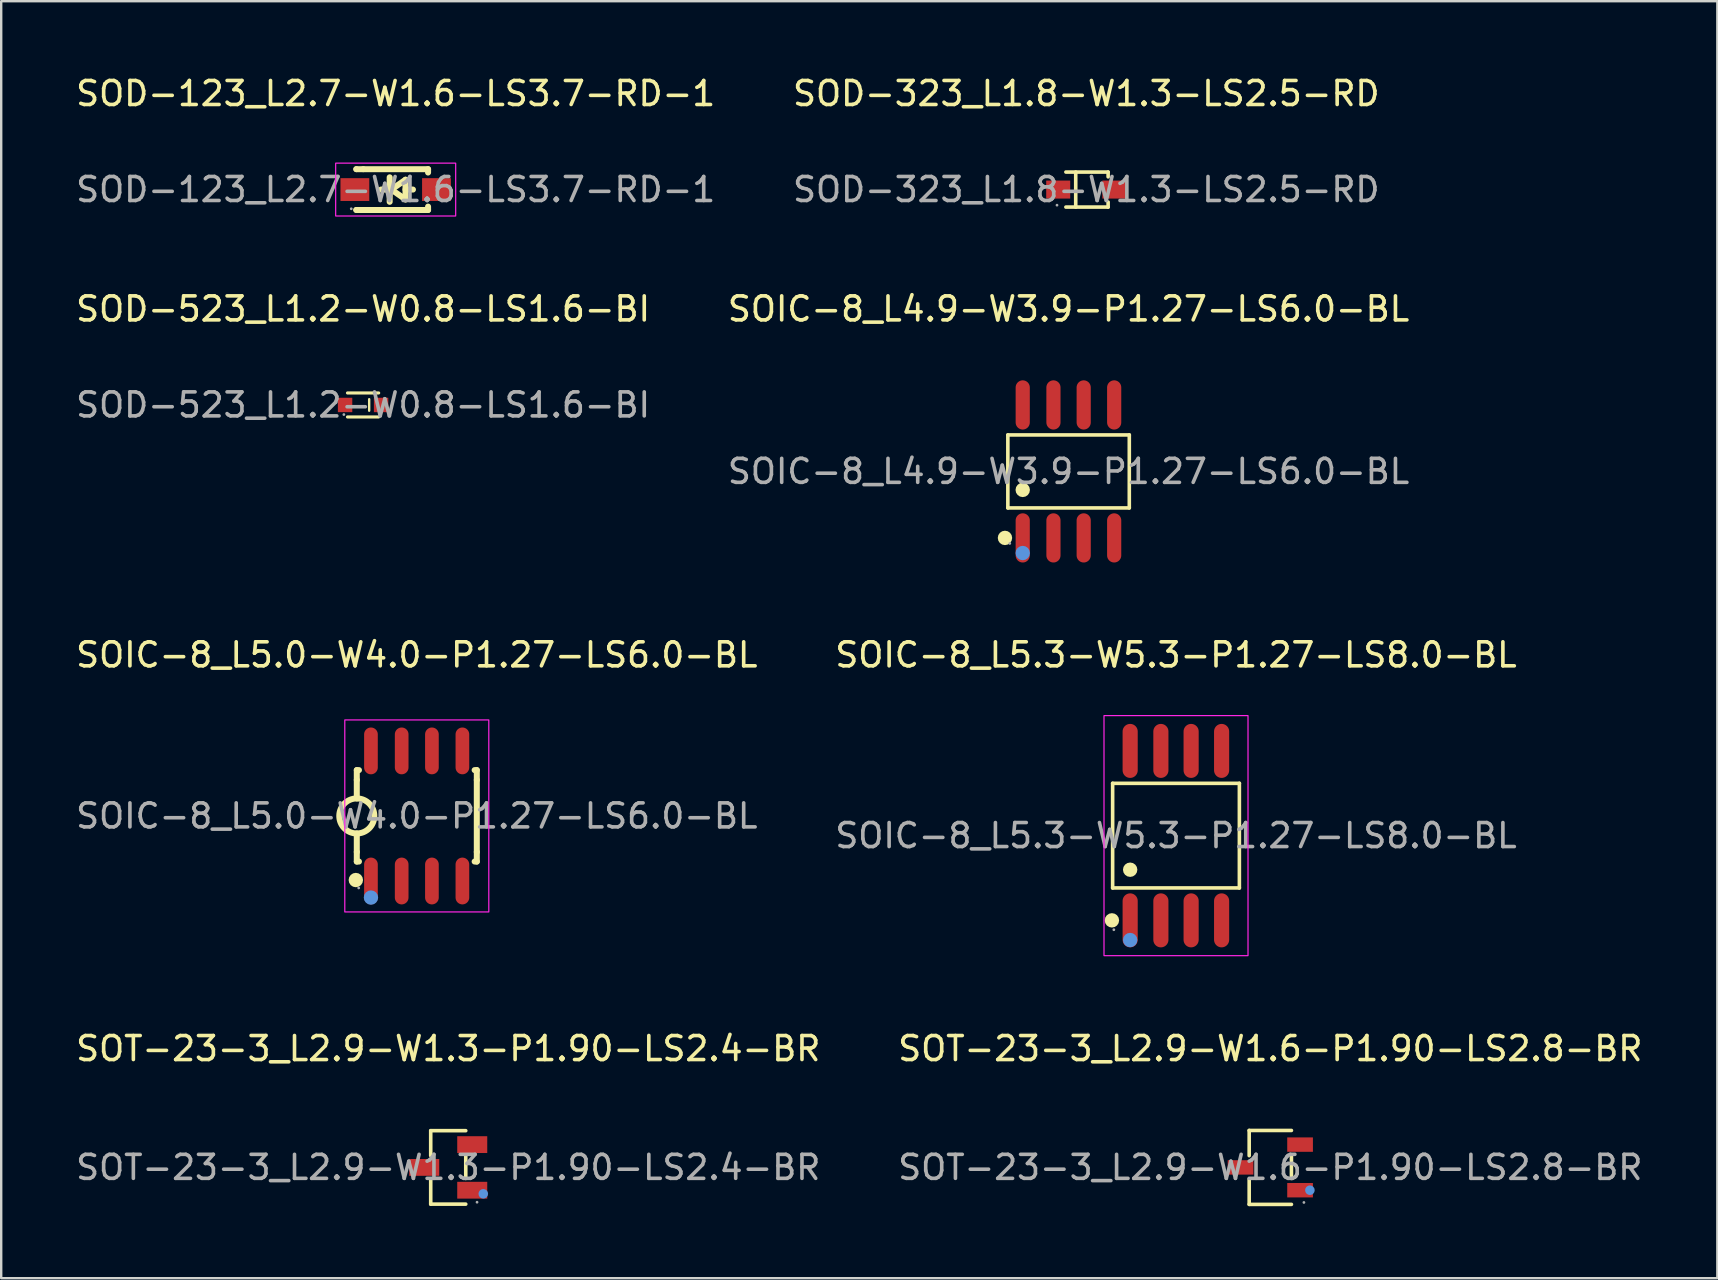
<source format=kicad_pcb>
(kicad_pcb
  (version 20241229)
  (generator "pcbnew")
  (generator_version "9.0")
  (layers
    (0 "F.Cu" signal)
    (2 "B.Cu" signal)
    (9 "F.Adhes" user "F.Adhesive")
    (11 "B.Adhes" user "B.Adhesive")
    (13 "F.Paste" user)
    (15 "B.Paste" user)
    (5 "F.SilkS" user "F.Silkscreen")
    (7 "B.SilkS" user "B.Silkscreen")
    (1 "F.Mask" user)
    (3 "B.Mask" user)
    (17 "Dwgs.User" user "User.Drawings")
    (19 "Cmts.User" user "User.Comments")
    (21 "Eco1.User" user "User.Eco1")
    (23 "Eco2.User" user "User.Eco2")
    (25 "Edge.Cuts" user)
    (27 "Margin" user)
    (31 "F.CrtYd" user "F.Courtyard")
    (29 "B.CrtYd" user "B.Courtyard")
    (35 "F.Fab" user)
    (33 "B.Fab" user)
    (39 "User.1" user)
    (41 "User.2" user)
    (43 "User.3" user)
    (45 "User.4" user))
  (footprint "SOD-323_L1.8-W1.3-LS2.5-RD"
    (layer "F.Cu")
    (at 42.208 4.848)
    (property "Reference" "SOD-323_L1.8-W1.3-LS2.5-RD" (at 0 -4 0) (layer "F.SilkS") (effects (font (size 1 1) (thickness 0.15))))
    (attr smd)
    (fp_line (start -0.85 -0.73) (end 0.91 -0.73) (stroke (width 0.15) (type solid)) (layer "F.SilkS"))
    (fp_line (start -0.85 0.73) (end 0.91 0.73) (stroke (width 0.15) (type solid)) (layer "F.SilkS"))
    (fp_line (start -0.44 -0.73) (end -0.44 0.73) (stroke (width 0.15) (type solid)) (layer "F.SilkS"))
    (fp_line (start 0.91 -0.73) (end 0.91 -0.53) (stroke (width 0.15) (type solid)) (layer "F.SilkS"))
    (fp_line (start 0.91 0.73) (end 0.91 0.52) (stroke (width 0.15) (type solid)) (layer "F.SilkS"))
    (fp_circle (center -1.22 0.65) (end -1.19 0.65) (stroke (width 0.06) (type solid)) (fill no) (layer "F.Fab"))
    (fp_text user "${REFERENCE}" (at 0 0 0) (layer "F.Fab") (effects (font (size 1 1) (thickness 0.15))))
    (pad "1" smd rect (at -1.17 0) (size 1 0.75) (layers "F.Cu" "F.Mask" "F.Paste"))
    (pad "2" smd rect (at 1.17 0) (size 1 0.75) (layers "F.Cu" "F.Mask" "F.Paste")))
  (footprint "SOIC-8_L5.0-W4.0-P1.27-LS6.0-BL"
    (layer "F.Cu")
    (at 14.315 30.945)
    (property "Reference" "SOIC-8_L5.0-W4.0-P1.27-LS6.0-BL" (at 0 -6.71 0) (layer "F.SilkS") (effects (font (size 1 1) (thickness 0.15))))
    (attr smd)
    (fp_line (start -2.5 -1.91) (end -2.41 -1.91) (stroke (width 0.25) (type solid)) (layer "F.SilkS"))
    (fp_line (start -2.5 -1.5) (end -2.5 -1.91) (stroke (width 0.25) (type solid)) (layer "F.SilkS"))
    (fp_line (start -2.5 -1.5) (end -2.5 -0.73) (stroke (width 0.25) (type solid)) (layer "F.SilkS"))
    (fp_line (start -2.5 1.5) (end -2.5 0.73) (stroke (width 0.25) (type solid)) (layer "F.SilkS"))
    (fp_line (start -2.5 1.5) (end -2.5 1.9) (stroke (width 0.25) (type solid)) (layer "F.SilkS"))
    (fp_line (start -2.5 1.9) (end -2.41 1.9) (stroke (width 0.25) (type solid)) (layer "F.SilkS"))
    (fp_line (start 2.5 -1.91) (end 2.41 -1.91) (stroke (width 0.25) (type solid)) (layer "F.SilkS"))
    (fp_line (start 2.5 -1.5) (end 2.5 -1.91) (stroke (width 0.25) (type solid)) (layer "F.SilkS"))
    (fp_line (start 2.5 -1.5) (end 2.5 1.5) (stroke (width 0.25) (type solid)) (layer "F.SilkS"))
    (fp_line (start 2.5 1.5) (end 2.5 1.9) (stroke (width 0.25) (type solid)) (layer "F.SilkS"))
    (fp_line (start 2.5 1.9) (end 2.41 1.9) (stroke (width 0.25) (type solid)) (layer "F.SilkS"))
    (fp_arc (start -2.48726 -0.729889) (mid -2.50637 0.729972) (end -2.5 -0.73) (stroke (width 0.25) (type solid)) (layer "F.SilkS"))
    (fp_circle (center -2.54 2.67) (end -2.39 2.67) (stroke (width 0.3) (type solid)) (fill no) (layer "F.SilkS"))
    (fp_circle (center -1.91 3.4) (end -1.76 3.4) (stroke (width 0.3) (type solid)) (fill no) (layer "Cmts.User"))
    (fp_rect (start -3 -4) (end 3 4) (stroke (width 0.05) (type default)) (fill no) (layer "F.CrtYd"))
    (fp_circle (center -2.42 3) (end -2.39 3) (stroke (width 0.06) (type solid)) (fill no) (layer "F.Fab"))
    (fp_text user "${REFERENCE}" (at 0 0 0) (layer "F.Fab") (effects (font (size 1 1) (thickness 0.15))))
    (pad "1" smd oval (at -1.91 2.71) (size 0.57 1.95) (layers "F.Cu" "F.Mask" "F.Paste"))
    (pad "2" smd oval (at -0.63 2.71) (size 0.57 1.95) (layers "F.Cu" "F.Mask" "F.Paste"))
    (pad "3" smd oval (at 0.63 2.71) (size 0.57 1.95) (layers "F.Cu" "F.Mask" "F.Paste"))
    (pad "4" smd oval (at 1.9 2.71) (size 0.57 1.95) (layers "F.Cu" "F.Mask" "F.Paste"))
    (pad "5" smd oval (at 1.9 -2.71) (size 0.57 1.95) (layers "F.Cu" "F.Mask" "F.Paste"))
    (pad "6" smd oval (at 0.63 -2.71) (size 0.57 1.95) (layers "F.Cu" "F.Mask" "F.Paste"))
    (pad "7" smd oval (at -0.63 -2.71) (size 0.57 1.95) (layers "F.Cu" "F.Mask" "F.Paste"))
    (pad "8" smd oval (at -1.91 -2.71) (size 0.57 1.95) (layers "F.Cu" "F.Mask" "F.Paste")))
  (footprint "SOT-23-3_L2.9-W1.3-P1.90-LS2.4-BR"
    (layer "F.Cu")
    (at 15.625 45.588)
    (property "Reference" "SOT-23-3_L2.9-W1.3-P1.90-LS2.4-BR" (at 0 -4.95 0) (layer "F.SilkS") (effects (font (size 1 1) (thickness 0.15))))
    (attr smd)
    (fp_line (start -0.73 -1.53) (end -0.73 -0.49) (stroke (width 0.15) (type solid)) (layer "F.SilkS"))
    (fp_line (start -0.73 1.53) (end -0.73 0.49) (stroke (width 0.15) (type solid)) (layer "F.SilkS"))
    (fp_line (start 0.73 -1.53) (end -0.73 -1.53) (stroke (width 0.15) (type solid)) (layer "F.SilkS"))
    (fp_line (start 0.73 -0.46) (end 0.73 0.46) (stroke (width 0.15) (type solid)) (layer "F.SilkS"))
    (fp_line (start 0.73 1.53) (end -0.73 1.53) (stroke (width 0.15) (type solid)) (layer "F.SilkS"))
    (fp_circle (center 1.46 1.1) (end 1.56 1.1) (stroke (width 0.2) (type solid)) (fill no) (layer "Cmts.User"))
    (fp_circle (center 1.2 1.45) (end 1.23 1.45) (stroke (width 0.06) (type solid)) (fill no) (layer "F.Fab"))
    (fp_text user "${REFERENCE}" (at 0 0 0) (layer "F.Fab") (effects (font (size 1 1) (thickness 0.15))))
    (pad "1" smd rect (at 1 0.95) (size 1.25 0.7) (layers "F.Cu" "F.Mask" "F.Paste"))
    (pad "2" smd rect (at 1 -0.95) (size 1.25 0.7) (layers "F.Cu" "F.Mask" "F.Paste"))
    (pad "3" smd rect (at -1 0) (size 1.25 0.7) (layers "F.Cu" "F.Mask" "F.Paste")))
  (footprint "SOIC-8_L4.9-W3.9-P1.27-LS6.0-BL"
    (layer "F.Cu")
    (at 41.47 16.591)
    (property "Reference" "SOIC-8_L4.9-W3.9-P1.27-LS6.0-BL" (at 0 -6.77 0) (layer "F.SilkS") (effects (font (size 1 1) (thickness 0.15))))
    (attr through_hole)
    (fp_line (start -2.53 -1.52) (end 2.53 -1.52) (stroke (width 0.15) (type solid)) (layer "F.SilkS"))
    (fp_line (start -2.53 1.52) (end -2.53 -1.52) (stroke (width 0.15) (type solid)) (layer "F.SilkS"))
    (fp_line (start 2.53 -1.52) (end 2.53 1.52) (stroke (width 0.15) (type solid)) (layer "F.SilkS"))
    (fp_line (start 2.53 1.52) (end -2.53 1.52) (stroke (width 0.15) (type solid)) (layer "F.SilkS"))
    (fp_circle (center -2.65 2.77) (end -2.5 2.77) (stroke (width 0.3) (type solid)) (fill no) (layer "F.SilkS"))
    (fp_circle (center -1.91 0.77) (end -1.76 0.77) (stroke (width 0.3) (type solid)) (fill no) (layer "F.SilkS"))
    (fp_circle (center -1.91 3.4) (end -1.76 3.4) (stroke (width 0.3) (type solid)) (fill no) (layer "Cmts.User"))
    (fp_circle (center -2.45 3) (end -2.42 3) (stroke (width 0.06) (type solid)) (fill no) (layer "F.Fab"))
    (fp_text user "${REFERENCE}" (at 0 0 0) (layer "F.Fab") (effects (font (size 1 1) (thickness 0.15))))
    (pad "1" smd oval (at -1.91 2.77) (size 0.59 2.05) (layers "F.Cu" "F.Mask" "F.Paste"))
    (pad "2" smd oval (at -0.63 2.77) (size 0.59 2.05) (layers "F.Cu" "F.Mask" "F.Paste"))
    (pad "3" smd oval (at 0.63 2.77) (size 0.59 2.05) (layers "F.Cu" "F.Mask" "F.Paste"))
    (pad "4" smd oval (at 1.9 2.77) (size 0.59 2.05) (layers "F.Cu" "F.Mask" "F.Paste"))
    (pad "5" smd oval (at 1.9 -2.77) (size 0.59 2.05) (layers "F.Cu" "F.Mask" "F.Paste"))
    (pad "6" smd oval (at 0.63 -2.77) (size 0.59 2.05) (layers "F.Cu" "F.Mask" "F.Paste"))
    (pad "7" smd oval (at -0.63 -2.77) (size 0.59 2.05) (layers "F.Cu" "F.Mask" "F.Paste"))
    (pad "8" smd oval (at -1.91 -2.77) (size 0.59 2.05) (layers "F.Cu" "F.Mask" "F.Paste")))
  (footprint "SOT-23-3_L2.9-W1.6-P1.90-LS2.8-BR"
    (layer "F.Cu")
    (at 49.875 45.588)
    (property "Reference" "SOT-23-3_L2.9-W1.6-P1.90-LS2.8-BR" (at 0 -4.95 0) (layer "F.SilkS") (effects (font (size 1 1) (thickness 0.15))))
    (attr through_hole)
    (fp_line (start -0.88 -1.54) (end -0.88 -0.49) (stroke (width 0.15) (type solid)) (layer "F.SilkS"))
    (fp_line (start -0.88 1.54) (end -0.88 0.49) (stroke (width 0.15) (type solid)) (layer "F.SilkS"))
    (fp_line (start 0.88 -1.54) (end -0.88 -1.54) (stroke (width 0.15) (type solid)) (layer "F.SilkS"))
    (fp_line (start 0.88 -0.46) (end 0.88 0.46) (stroke (width 0.15) (type solid)) (layer "F.SilkS"))
    (fp_line (start 0.88 1.54) (end -0.88 1.54) (stroke (width 0.15) (type solid)) (layer "F.SilkS"))
    (fp_circle (center 1.65 0.95) (end 1.75 0.95) (stroke (width 0.2) (type solid)) (fill no) (layer "Cmts.User"))
    (fp_circle (center 1.4 1.46) (end 1.43 1.46) (stroke (width 0.06) (type solid)) (fill no) (layer "F.Fab"))
    (fp_text user "${REFERENCE}" (at 0 0 0) (layer "F.Fab") (effects (font (size 1 1) (thickness 0.15))))
    (pad "1" smd rect (at 1.24 0.95) (size 1.07 0.6) (layers "F.Cu" "F.Mask" "F.Paste"))
    (pad "2" smd rect (at 1.24 -0.95) (size 1.07 0.6) (layers "F.Cu" "F.Mask" "F.Paste"))
    (pad "3" smd rect (at -1.24 0) (size 1.07 0.6) (layers "F.Cu" "F.Mask" "F.Paste")))
  (footprint "SOD-523_L1.2-W0.8-LS1.6-BI"
    (layer "F.Cu")
    (at 12.077 13.822)
    (property "Reference" "SOD-523_L1.2-W0.8-LS1.6-BI" (at 0 -4 0) (layer "F.SilkS") (effects (font (size 1 1) (thickness 0.15))))
    (attr through_hole)
    (fp_line (start -0.65 -0.5) (end 0.65 -0.5) (stroke (width 0.13) (type solid)) (layer "F.SilkS"))
    (fp_line (start -0.65 0.5) (end 0.65 0.5) (stroke (width 0.13) (type solid)) (layer "F.SilkS"))
    (fp_line (start 0.254 -0.24) (end 0.254 0.24) (stroke (width 0.1) (type solid)) (layer "F.SilkS"))
    (fp_circle (center -0.8 0.4) (end -0.77 0.4) (stroke (width 0.06) (type solid)) (fill no) (layer "F.Fab"))
    (fp_text user "${REFERENCE}" (at 0 0 0) (layer "F.Fab") (effects (font (size 1 1) (thickness 0.15))))
    (pad "1" smd rect (at -0.75 0) (size 0.6 0.6) (layers "F.Cu" "F.Mask" "F.Paste"))
    (pad "2" smd rect (at 0.75 0 180) (size 0.6 0.6) (layers "F.Cu" "F.Mask" "F.Paste")))
  (footprint "SOIC-8_L5.3-W5.3-P1.27-LS8.0-BL"
    (layer "F.Cu")
    (at 45.946 31.765)
    (property "Reference" "SOIC-8_L5.3-W5.3-P1.27-LS8.0-BL" (at 0 -7.53 0) (layer "F.SilkS") (effects (font (size 1 1) (thickness 0.15))))
    (attr through_hole)
    (fp_line (start -2.64 -2.18) (end 2.64 -2.18) (stroke (width 0.15) (type solid)) (layer "F.SilkS"))
    (fp_line (start -2.64 2.18) (end -2.64 -2.18) (stroke (width 0.15) (type solid)) (layer "F.SilkS"))
    (fp_line (start 2.64 -2.18) (end 2.64 2.18) (stroke (width 0.15) (type solid)) (layer "F.SilkS"))
    (fp_line (start 2.64 2.18) (end -2.64 2.18) (stroke (width 0.15) (type solid)) (layer "F.SilkS"))
    (fp_circle (center -2.67 3.53) (end -2.52 3.53) (stroke (width 0.3) (type solid)) (fill no) (layer "F.SilkS"))
    (fp_circle (center -1.91 1.42) (end -1.76 1.42) (stroke (width 0.3) (type solid)) (fill no) (layer "F.SilkS"))
    (fp_circle (center -1.91 4.35) (end -1.76 4.35) (stroke (width 0.3) (type solid)) (fill no) (layer "Cmts.User"))
    (fp_rect (start -3 -5) (end 3 5) (stroke (width 0.05) (type default)) (fill no) (layer "F.CrtYd"))
    (fp_circle (center -2.59 3.92) (end -2.56 3.92) (stroke (width 0.06) (type solid)) (fill no) (layer "F.Fab"))
    (fp_text user "${REFERENCE}" (at 0 0 0) (layer "F.Fab") (effects (font (size 1 1) (thickness 0.15))))
    (pad "1" smd oval (at -1.91 3.53) (size 0.63 2.25) (layers "F.Cu" "F.Mask" "F.Paste"))
    (pad "2" smd oval (at -0.63 3.53) (size 0.63 2.25) (layers "F.Cu" "F.Mask" "F.Paste"))
    (pad "3" smd oval (at 0.63 3.53) (size 0.63 2.25) (layers "F.Cu" "F.Mask" "F.Paste"))
    (pad "4" smd oval (at 1.9 3.53) (size 0.63 2.25) (layers "F.Cu" "F.Mask" "F.Paste"))
    (pad "5" smd oval (at 1.9 -3.53) (size 0.63 2.25) (layers "F.Cu" "F.Mask" "F.Paste"))
    (pad "6" smd oval (at 0.63 -3.53) (size 0.63 2.25) (layers "F.Cu" "F.Mask" "F.Paste"))
    (pad "7" smd oval (at -0.63 -3.53) (size 0.63 2.25) (layers "F.Cu" "F.Mask" "F.Paste"))
    (pad "8" smd oval (at -1.91 -3.53) (size 0.63 2.25) (layers "F.Cu" "F.Mask" "F.Paste")))
  (footprint "SOD-123_L2.7-W1.6-LS3.7-RD-1"
    (layer "F.Cu")
    (at 13.435 4.848)
    (property "Reference" "SOD-123_L2.7-W1.6-LS3.7-RD-1" (at 0 -4 0) (layer "F.SilkS") (effects (font (size 1 1) (thickness 0.15))))
    (attr through_hole)
    (fp_line (start -1.64 -0.85) (end -1.64 -0.85) (stroke (width 0.25) (type solid)) (layer "F.SilkS"))
    (fp_line (start -1.64 0.85) (end -1.64 0.85) (stroke (width 0.25) (type solid)) (layer "F.SilkS"))
    (fp_line (start -1.35 -0.85) (end -1.64 -0.85) (stroke (width 0.25) (type solid)) (layer "F.SilkS"))
    (fp_line (start -1.35 -0.85) (end 1.35 -0.85) (stroke (width 0.25) (type solid)) (layer "F.SilkS"))
    (fp_line (start -1.35 0.85) (end -1.64 0.85) (stroke (width 0.25) (type solid)) (layer "F.SilkS"))
    (fp_line (start -0.28 0) (end -0.61 0) (stroke (width 0.25) (type solid)) (layer "F.SilkS"))
    (fp_line (start -0.25 -0.51) (end -0.25 0.51) (stroke (width 0.25) (type solid)) (layer "F.SilkS"))
    (fp_line (start -0.18 0) (end 0.41 -0.41) (stroke (width 0.25) (type solid)) (layer "F.SilkS"))
    (fp_line (start 0.41 -0.41) (end 0.41 0.41) (stroke (width 0.25) (type solid)) (layer "F.SilkS"))
    (fp_line (start 0.41 0) (end 0.72 0) (stroke (width 0.25) (type solid)) (layer "F.SilkS"))
    (fp_line (start 0.41 0.41) (end -0.18 0) (stroke (width 0.25) (type solid)) (layer "F.SilkS"))
    (fp_line (start 1.35 -0.85) (end 1.35 -0.71) (stroke (width 0.25) (type solid)) (layer "F.SilkS"))
    (fp_line (start 1.35 0.71) (end 1.35 0.85) (stroke (width 0.25) (type solid)) (layer "F.SilkS"))
    (fp_line (start 1.35 0.85) (end -1.35 0.85) (stroke (width 0.25) (type solid)) (layer "F.SilkS"))
    (fp_rect (start -2.5 -1.1) (end 2.5 1.1) (stroke (width 0.05) (type default)) (fill no) (layer "F.CrtYd"))
    (fp_circle (center -1.85 0.8) (end -1.82 0.8) (stroke (width 0.06) (type solid)) (fill no) (layer "F.Fab"))
    (fp_text user "${REFERENCE}" (at 0 0 0) (layer "F.Fab") (effects (font (size 1 1) (thickness 0.15))))
    (pad "1" smd rect (at -1.7 0) (size 1.2 0.95) (layers "F.Cu" "F.Mask" "F.Paste"))
    (pad "2" smd rect (at 1.7 0) (size 1.2 0.95) (layers "F.Cu" "F.Mask" "F.Paste")))
  (gr_rect
    (start -3 -3)
    (end 68.5 50.203)
    (stroke (width 0.1) (type default))
    (fill no)
    (layer "Edge.Cuts")))
</source>
